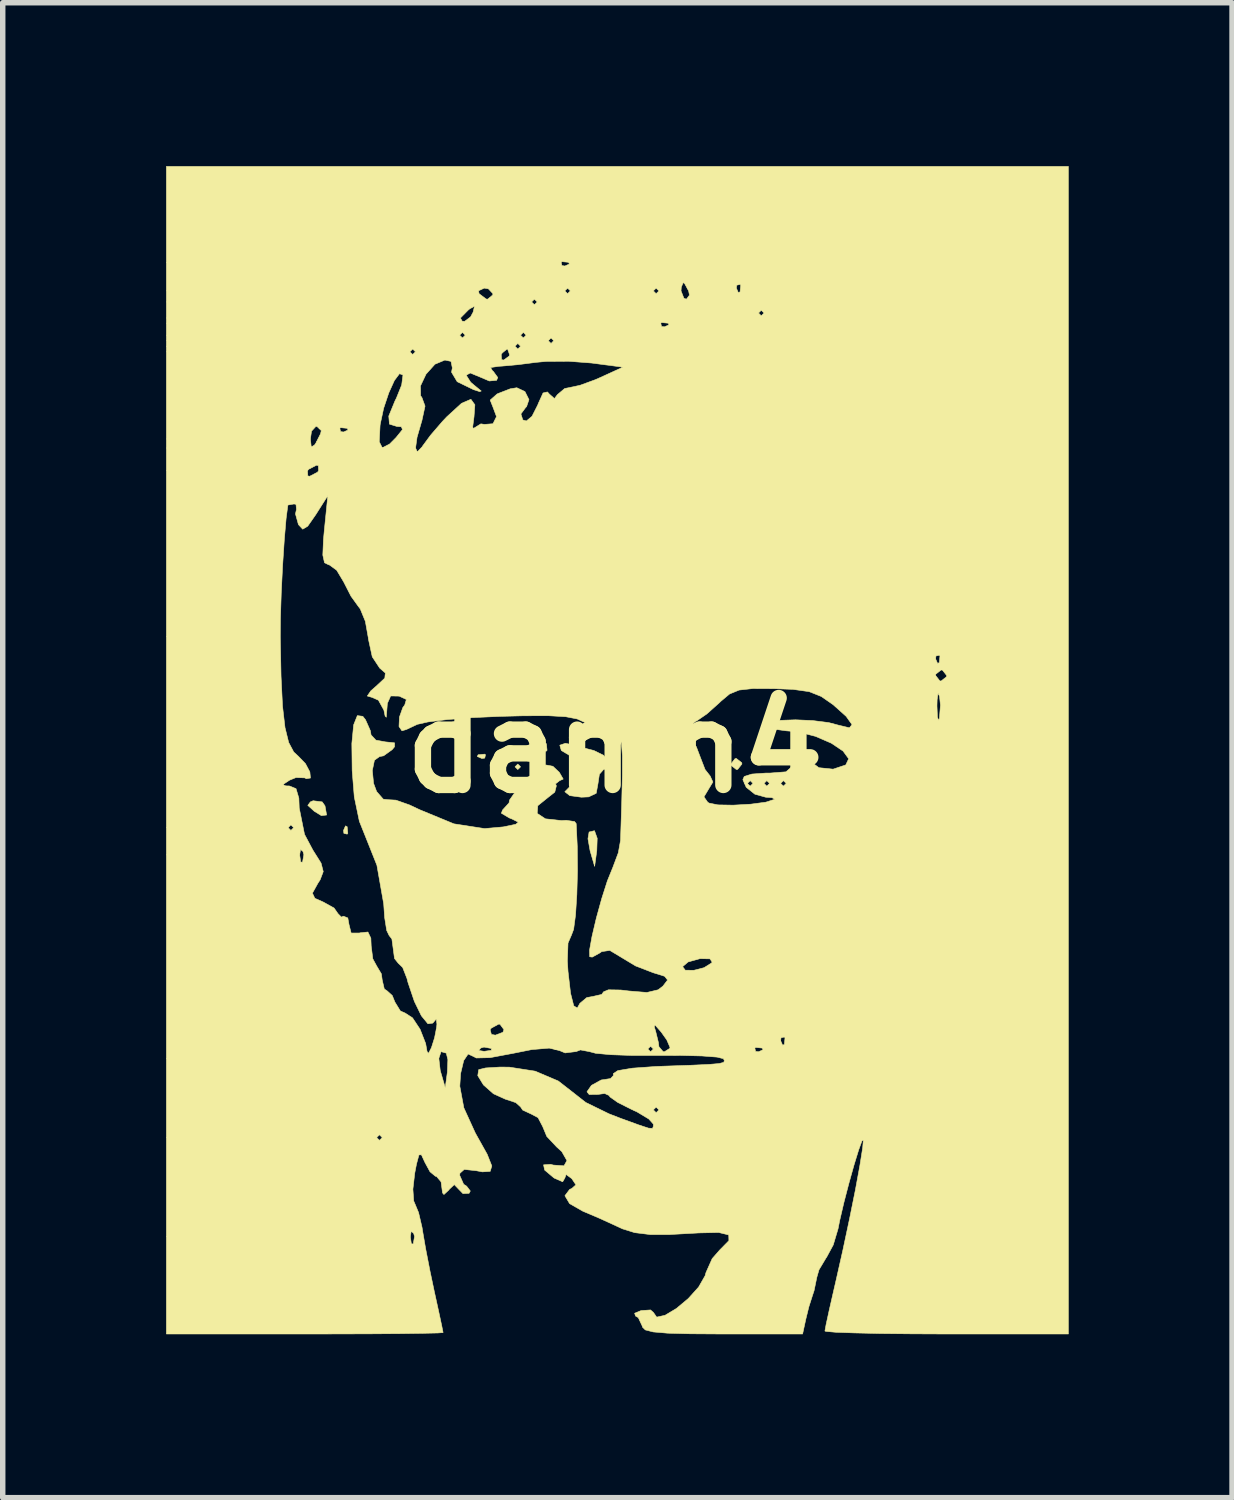
<source format=kicad_pcb>
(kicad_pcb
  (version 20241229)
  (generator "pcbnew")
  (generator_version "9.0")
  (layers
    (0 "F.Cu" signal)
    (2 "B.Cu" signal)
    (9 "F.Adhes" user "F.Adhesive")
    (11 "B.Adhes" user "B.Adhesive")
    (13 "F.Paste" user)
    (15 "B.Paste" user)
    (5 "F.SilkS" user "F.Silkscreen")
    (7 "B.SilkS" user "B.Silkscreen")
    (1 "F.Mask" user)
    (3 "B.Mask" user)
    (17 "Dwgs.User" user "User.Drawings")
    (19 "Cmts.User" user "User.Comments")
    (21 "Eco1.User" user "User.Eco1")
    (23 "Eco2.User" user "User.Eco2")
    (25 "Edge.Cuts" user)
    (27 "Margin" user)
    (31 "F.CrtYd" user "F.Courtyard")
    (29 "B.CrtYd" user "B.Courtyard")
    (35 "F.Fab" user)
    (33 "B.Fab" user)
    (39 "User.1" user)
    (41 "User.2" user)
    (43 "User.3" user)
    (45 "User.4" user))
  (footprint "damn4"
    (layer "F.Cu")
    (at 8.235 10.673)
    (property "Reference" "damn4" (at 0 0 0) (layer "F.SilkS") (effects (font (size 1.524 1.524) (thickness 0.3))))
    (attr through_hole)
    (fp_poly (pts (xy -1.727 0.356) (xy -1.778 0.406) (xy -1.829 0.356) (xy -1.778 0.305) (xy -1.727 0.356)) (stroke (width 0.01) (type solid)) (fill yes) (layer "F.SilkS"))
    (fp_poly (pts (xy 2.845 0.051) (xy 2.794 0.102) (xy 2.743 0.051) (xy 2.794 0) (xy 2.845 0.051)) (stroke (width 0.01) (type solid)) (fill yes) (layer "F.SilkS"))
    (fp_poly (pts (xy -4.911 1.456) (xy -4.899 1.577) (xy -4.911 1.592) (xy -4.971 1.578) (xy -4.978 1.524) (xy -4.941 1.44) (xy -4.911 1.456)) (stroke (width 0.01) (type solid)) (fill yes) (layer "F.SilkS"))
    (fp_poly (pts (xy -2.371 0.135) (xy -2.385 0.196) (xy -2.438 0.203) (xy -2.522 0.166) (xy -2.506 0.135) (xy -2.386 0.123) (xy -2.371 0.135)) (stroke (width 0.01) (type solid)) (fill yes) (layer "F.SilkS"))
    (fp_poly (pts (xy -1.253 -0.068) (xy -1.241 0.053) (xy -1.253 0.068) (xy -1.313 0.054) (xy -1.321 0) (xy -1.284 -0.084) (xy -1.253 -0.068)) (stroke (width 0.01) (type solid)) (fill yes) (layer "F.SilkS"))
    (fp_poly (pts (xy -0.32 1.668) (xy -0.328 1.896) (xy -0.367 2.184) (xy -0.45 1.9) (xy -0.49 1.677) (xy -0.469 1.553) (xy -0.37 1.529) (xy -0.32 1.668)) (stroke (width 0.01) (type solid)) (fill yes) (layer "F.SilkS"))
    (fp_poly (pts (xy -5.369 1) (xy -5.318 1.073) (xy -5.288 1.241) (xy -5.385 1.252) (xy -5.515 1.172) (xy -5.634 1.064) (xy -5.586 1) (xy -5.536 0.979) (xy -5.369 1)) (stroke (width 0.01) (type solid)) (fill yes) (layer "F.SilkS"))
    (fp_poly (pts (xy 2.334 0.281) (xy 2.337 0.305) (xy 2.259 0.403) (xy 2.235 0.406) (xy 2.137 0.329) (xy 2.134 0.305) (xy 2.211 0.206) (xy 2.235 0.203) (xy 2.334 0.281)) (stroke (width 0.01) (type solid)) (fill yes) (layer "F.SilkS"))
    (fp_poly (pts (xy -0.838 -0.062) (xy -0.604 0.001) (xy -0.381 0.057) (xy -0.202 0.145) (xy -0.102 0.272) (xy -0.11 0.377) (xy -0.203 0.406) (xy -0.28 0.493) (xy -0.305 0.66) (xy -0.338 0.842) (xy -0.477 0.908) (xy -0.61 0.914) (xy -0.824 0.885) (xy -0.914 0.814) (xy -0.914 0.813) (xy -0.83 0.728) (xy -0.725 0.711) (xy -0.598 0.64) (xy -0.576 0.477) (xy -0.645 0.292) (xy -0.795 0.16) (xy -0.824 0.149) (xy -0.979 0.056) (xy -1.007 -0.041) (xy -0.904 -0.076) (xy -0.838 -0.062)) (stroke (width 0.01) (type solid)) (fill yes) (layer "F.SilkS"))
    (fp_poly (pts (xy 8.331 10.77) (xy 6.096 10.77) (xy 5.447 10.767) (xy 4.872 10.761) (xy 4.399 10.75) (xy 4.06 10.738) (xy 3.881 10.722) (xy 3.861 10.715) (xy 3.882 10.598) (xy 3.94 10.332) (xy 4.023 9.968) (xy 4.056 9.826) (xy 4.189 9.237) (xy 4.313 8.655) (xy 4.421 8.121) (xy 4.503 7.674) (xy 4.554 7.353) (xy 4.566 7.211) (xy 4.541 7.225) (xy 4.48 7.391) (xy 4.396 7.664) (xy 4.302 8) (xy 4.21 8.353) (xy 4.134 8.678) (xy 4.102 8.839) (xy 4.014 9.134) (xy 3.891 9.362) (xy 3.884 9.37) (xy 3.752 9.591) (xy 3.713 9.726) (xy 3.662 9.974) (xy 3.634 10.058) (xy 3.566 10.271) (xy 3.512 10.49) (xy 3.451 10.77) (xy 1.979 10.77) (xy 1.389 10.766) (xy 0.975 10.755) (xy 0.708 10.732) (xy 0.563 10.695) (xy 0.51 10.642) (xy 0.508 10.626) (xy 0.434 10.469) (xy 0.384 10.44) (xy 0.367 10.389) (xy 0.485 10.34) (xy 0.659 10.328) (xy 0.711 10.373) (xy 0.772 10.46) (xy 0.926 10.426) (xy 1.133 10.302) (xy 1.352 10.119) (xy 1.542 9.908) (xy 1.661 9.7) (xy 1.677 9.642) (xy 1.791 9.386) (xy 1.928 9.229) (xy 2.098 9.056) (xy 2.095 8.951) (xy 1.91 8.906) (xy 1.549 8.914) (xy 1.022 8.943) (xy 0.645 8.943) (xy 0.369 8.909) (xy 0.144 8.839) (xy 0.051 8.796) (xy -0.274 8.647) (xy -0.584 8.515) (xy -0.827 8.376) (xy -0.913 8.231) (xy -0.826 8.115) (xy -0.787 8.098) (xy -0.711 8.031) (xy -0.787 7.917) (xy -0.891 7.841) (xy -0.914 7.905) (xy -0.954 7.975) (xy -1.1 7.912) (xy -1.118 7.901) (xy -1.285 7.76) (xy -1.305 7.664) (xy -1.174 7.655) (xy -1.126 7.668) (xy -0.93 7.682) (xy -0.876 7.586) (xy -0.97 7.421) (xy -1.066 7.334) (xy -1.246 7.142) (xy -1.321 6.961) (xy -1.321 6.961) (xy -1.406 6.798) (xy -1.524 6.735) (xy -1.689 6.658) (xy -1.727 6.6) (xy -1.814 6.522) (xy -2.01 6.457) (xy -2.225 6.359) (xy -2.409 6.196) (xy -2.513 6.026) (xy -2.496 5.916) (xy -2.369 5.885) (xy -2.109 5.869) (xy -1.935 5.87) (xy -1.459 5.944) (xy -1.034 6.125) (xy -0.813 6.297) (xy -0.53 6.519) (xy -0.104 6.727) (xy 0.118 6.813) (xy 0.443 6.931) (xy 0.621 6.99) (xy 0.696 6.995) (xy 0.711 6.955) (xy 0.711 6.916) (xy 0.627 6.822) (xy 0.414 6.694) (xy 0.331 6.655) (xy 0.711 6.655) (xy 0.762 6.706) (xy 0.813 6.655) (xy 0.762 6.604) (xy 0.711 6.655) (xy 0.331 6.655) (xy 0.305 6.643) (xy 0.058 6.519) (xy -0.086 6.417) (xy -0.102 6.391) (xy -0.183 6.354) (xy -0.305 6.371) (xy -0.467 6.373) (xy -0.508 6.322) (xy -0.426 6.205) (xy -0.247 6.106) (xy -0.076 6.08) (xy -0.021 6.023) (xy -0.025 5.99) (xy 0.058 5.934) (xy 0.326 5.889) (xy 0.757 5.858) (xy 0.914 5.852) (xy 1.409 5.835) (xy 1.733 5.82) (xy 1.92 5.804) (xy 2.003 5.782) (xy 2.015 5.75) (xy 1.997 5.715) (xy 1.882 5.686) (xy 1.607 5.665) (xy 1.214 5.655) (xy 0.798 5.656) (xy 0.328 5.656) (xy -0.069 5.642) (xy -0.348 5.616) (xy -0.46 5.586) (xy -0.628 5.554) (xy -0.706 5.584) (xy -0.909 5.609) (xy -1.013 5.566) (xy -1.132 5.537) (xy 0.61 5.537) (xy 0.66 5.588) (xy 0.711 5.537) (xy 0.66 5.486) (xy 0.61 5.537) (xy -1.132 5.537) (xy -1.201 5.521) (xy -1.522 5.548) (xy -1.861 5.616) (xy -2.288 5.696) (xy -2.539 5.702) (xy -2.604 5.669) (xy -2.69 5.629) (xy -2.771 5.749) (xy -2.828 5.987) (xy -2.843 6.219) (xy -2.769 6.617) (xy -2.558 7.08) (xy -2.54 7.112) (xy -2.34 7.47) (xy -2.255 7.685) (xy -2.285 7.784) (xy -2.429 7.793) (xy -2.54 7.772) (xy -2.761 7.748) (xy -2.841 7.819) (xy -2.845 7.857) (xy -2.772 8.021) (xy -2.718 8.055) (xy -2.65 8.144) (xy -2.673 8.187) (xy -2.785 8.192) (xy -2.85 8.125) (xy -2.944 8.027) (xy -3.035 8.112) (xy -3.046 8.128) (xy -3.134 8.209) (xy -3.16 8.179) (xy -3.186 7.98) (xy -3.187 7.976) (xy -3.27 7.877) (xy -3.29 7.874) (xy -3.39 7.791) (xy -3.483 7.62) (xy -3.548 7.479) (xy -3.593 7.482) (xy -3.638 7.65) (xy -3.67 7.816) (xy -3.704 8.111) (xy -3.689 8.328) (xy -3.669 8.374) (xy -3.6 8.54) (xy -3.536 8.813) (xy -3.524 8.89) (xy -3.47 9.204) (xy -3.389 9.62) (xy -3.307 10.008) (xy -3.23 10.359) (xy -3.174 10.621) (xy -3.15 10.742) (xy -3.15 10.744) (xy -3.247 10.751) (xy -3.52 10.757) (xy -3.942 10.763) (xy -4.485 10.767) (xy -5.123 10.769) (xy -5.69 10.77) (xy -8.23 10.77) (xy -8.23 8.983) (xy -3.751 8.983) (xy -3.732 9.115) (xy -3.698 9.116) (xy -3.674 8.981) (xy -3.69 8.922) (xy -3.735 8.883) (xy -3.751 8.983) (xy -8.23 8.983) (xy -8.23 7.163) (xy -4.369 7.163) (xy -4.318 7.214) (xy -4.267 7.163) (xy -4.318 7.112) (xy -4.369 7.163) (xy -8.23 7.163) (xy -8.23 5.709) (xy -3.228 5.709) (xy -3.202 5.932) (xy -3.193 5.964) (xy -3.11 6.248) (xy -3.071 5.96) (xy -3.062 5.732) (xy -3.091 5.613) (xy -3.187 5.586) (xy -3.228 5.709) (xy -8.23 5.709) (xy -8.23 1.973) (xy -5.783 1.973) (xy -5.764 2.105) (xy -5.73 2.106) (xy -5.706 1.97) (xy -5.722 1.911) (xy -5.767 1.873) (xy -5.783 1.973) (xy -8.23 1.973) (xy -8.23 1.473) (xy -5.994 1.473) (xy -5.944 1.524) (xy -5.893 1.473) (xy -5.944 1.422) (xy -5.994 1.473) (xy -8.23 1.473) (xy -8.23 -2.032) (xy -6.139 -2.032) (xy -6.125 -1.308) (xy -6.098 -0.76) (xy -6.052 -0.363) (xy -5.985 -0.091) (xy -5.892 0.084) (xy -5.809 0.161) (xy -5.677 0.297) (xy -5.596 0.45) (xy -5.585 0.562) (xy -5.662 0.574) (xy -5.689 0.559) (xy -5.85 0.553) (xy -5.968 0.601) (xy -6.092 0.683) (xy -6.038 0.706) (xy -5.969 0.708) (xy -5.85 0.757) (xy -5.798 0.931) (xy -5.791 1.113) (xy -5.694 1.596) (xy -5.541 1.884) (xy -5.39 2.124) (xy -5.35 2.28) (xy -5.407 2.43) (xy -5.45 2.497) (xy -5.549 2.676) (xy -5.504 2.77) (xy -5.345 2.841) (xy -5.151 2.949) (xy -5.08 3.051) (xy -5.018 3.115) (xy -4.978 3.099) (xy -4.899 3.131) (xy -4.877 3.252) (xy -4.838 3.408) (xy -4.688 3.408) (xy -4.674 3.404) (xy -4.53 3.389) (xy -4.476 3.502) (xy -4.47 3.645) (xy -4.44 3.882) (xy -4.369 4.013) (xy -4.283 4.157) (xy -4.267 4.273) (xy -4.229 4.435) (xy -4.177 4.47) (xy -4.083 4.555) (xy -4.035 4.674) (xy -3.934 4.839) (xy -3.845 4.878) (xy -3.711 4.965) (xy -3.572 5.175) (xy -3.47 5.436) (xy -3.444 5.583) (xy -3.416 5.616) (xy -3.39 5.564) (xy -2.496 5.564) (xy -2.396 5.58) (xy -2.264 5.561) (xy -2.263 5.527) (xy -2.399 5.502) (xy -2.457 5.519) (xy -2.496 5.564) (xy -3.39 5.564) (xy -3.363 5.511) (xy -3.306 5.33) (xy -3.277 5.182) (xy -2.286 5.182) (xy -2.263 5.269) (xy -2.19 5.283) (xy -2.051 5.23) (xy -2.032 5.182) (xy -2.073 5.126) (xy 0.727 5.126) (xy 0.754 5.215) (xy 0.804 5.419) (xy 0.813 5.495) (xy 0.89 5.585) (xy 0.914 5.588) (xy 1.013 5.525) (xy 1.014 5.52) (xy 2.574 5.52) (xy 2.588 5.581) (xy 2.642 5.588) (xy 2.725 5.551) (xy 2.709 5.52) (xy 2.589 5.508) (xy 2.574 5.52) (xy 1.014 5.52) (xy 1.016 5.506) (xy 0.964 5.385) (xy 3.048 5.385) (xy 3.085 5.468) (xy 3.116 5.453) (xy 3.128 5.332) (xy 3.116 5.317) (xy 3.055 5.331) (xy 3.048 5.385) (xy 0.964 5.385) (xy 0.958 5.371) (xy 0.855 5.226) (xy 0.742 5.097) (xy 0.727 5.126) (xy -2.073 5.126) (xy -2.105 5.083) (xy -2.128 5.08) (xy -2.265 5.154) (xy -2.286 5.182) (xy -3.277 5.182) (xy -3.268 5.133) (xy -3.263 5.08) (xy -3.275 4.986) (xy -3.339 5.062) (xy -3.428 5.074) (xy -3.548 4.928) (xy -3.677 4.663) (xy -3.794 4.316) (xy -3.813 4.242) (xy -3.892 4.04) (xy -3.973 3.962) (xy -4.042 3.875) (xy -4.064 3.708) (xy -4.09 3.517) (xy -4.14 3.454) (xy -4.185 3.361) (xy -4.223 3.122) (xy -4.24 2.873) (xy -4.365 2.163) (xy -4.524 1.764) (xy -4.687 1.356) (xy -4.78 0.909) (xy -4.819 0.428) (xy -4.825 -0.072) (xy -4.792 -0.414) (xy -4.724 -0.584) (xy -4.624 -0.571) (xy -4.574 -0.508) (xy -4.485 -0.307) (xy -4.472 -0.229) (xy -4.384 -0.134) (xy -4.212 -0.102) (xy -4.04 -0.084) (xy -4.041 -0.012) (xy -4.085 0.041) (xy -4.242 0.154) (xy -4.316 0.168) (xy -4.41 0.235) (xy -4.449 0.424) (xy -4.426 0.66) (xy -4.37 0.81) (xy -4.248 0.95) (xy -4.156 0.96) (xy -4.016 0.968) (xy -3.766 1.056) (xy -3.577 1.145) (xy -2.951 1.403) (xy -2.388 1.49) (xy -2.043 1.459) (xy -1.815 1.411) (xy -1.769 1.372) (xy -1.887 1.313) (xy -1.935 1.294) (xy -2.08 1.208) (xy -2.057 1.148) (xy -1.939 1.019) (xy -1.93 0.967) (xy -1.844 0.844) (xy -1.636 0.73) (xy -1.626 0.726) (xy -1.414 0.608) (xy -1.321 0.468) (xy -1.321 0.462) (xy -1.268 0.321) (xy -1.134 0.346) (xy -1.016 0.457) (xy -0.944 0.581) (xy -1.01 0.61) (xy -1.084 0.668) (xy -1.07 0.706) (xy -1.099 0.821) (xy -1.216 0.913) (xy -1.411 1.07) (xy -1.422 1.211) (xy -1.27 1.311) (xy -0.975 1.343) (xy -0.889 1.338) (xy -0.736 1.361) (xy -0.706 1.398) (xy -0.686 1.815) (xy -0.682 2.266) (xy -0.694 2.702) (xy -0.718 3.077) (xy -0.753 3.34) (xy -0.791 3.441) (xy -0.856 3.592) (xy -0.868 3.92) (xy -0.856 4.113) (xy -0.809 4.516) (xy -0.751 4.744) (xy -0.686 4.785) (xy -0.638 4.699) (xy -0.512 4.593) (xy -0.398 4.572) (xy -0.237 4.535) (xy -0.203 4.487) (xy -0.114 4.45) (xy 0.113 4.454) (xy 0.262 4.472) (xy 0.593 4.499) (xy 0.799 4.45) (xy 0.886 4.383) (xy 0.972 4.271) (xy 0.918 4.202) (xy 0.706 4.136) (xy 0.419 4.025) (xy 1.248 4.025) (xy 1.297 4.09) (xy 1.455 4.092) (xy 1.642 4.044) (xy 1.779 3.958) (xy 1.79 3.942) (xy 1.751 3.882) (xy 1.568 3.878) (xy 1.349 3.939) (xy 1.248 4.025) (xy 0.419 4.025) (xy 0.386 4.013) (xy 0.119 3.852) (xy -0.089 3.727) (xy -0.238 3.749) (xy -0.271 3.773) (xy -0.411 3.85) (xy -0.458 3.843) (xy -0.461 3.724) (xy -0.415 3.468) (xy -0.336 3.133) (xy -0.237 2.775) (xy -0.134 2.452) (xy -0.04 2.22) (xy -0.038 2.216) (xy 0.068 1.933) (xy 0.108 1.708) (xy 0.13 1.022) (xy 0.142 0.513) (xy 0.142 0.154) (xy 0.126 -0.08) (xy 0.093 -0.213) (xy 1.32 -0.213) (xy 1.373 -0.11) (xy 1.411 -0.102) (xy 1.499 -0.015) (xy 1.572 0.177) (xy 1.66 0.405) (xy 1.754 0.525) (xy 1.804 0.635) (xy 1.727 0.762) (xy 1.64 0.908) (xy 1.708 1.005) (xy 1.734 1.022) (xy 1.897 1.055) (xy 2.178 1.06) (xy 2.498 1.042) (xy 2.777 1.005) (xy 2.936 0.953) (xy 2.938 0.951) (xy 2.889 0.922) (xy 2.773 0.914) (xy 2.575 0.859) (xy 2.416 0.732) (xy 2.384 0.66) (xy 2.438 0.66) (xy 2.489 0.711) (xy 2.54 0.66) (xy 2.743 0.66) (xy 2.794 0.711) (xy 2.845 0.66) (xy 3.048 0.66) (xy 3.099 0.711) (xy 3.15 0.66) (xy 3.099 0.61) (xy 3.048 0.66) (xy 2.845 0.66) (xy 2.794 0.61) (xy 2.743 0.66) (xy 2.54 0.66) (xy 2.489 0.61) (xy 2.438 0.66) (xy 2.384 0.66) (xy 2.354 0.592) (xy 2.38 0.533) (xy 2.519 0.489) (xy 2.776 0.471) (xy 2.851 0.471) (xy 3.146 0.448) (xy 3.251 0.356) (xy 3.251 0.349) (xy 3.317 0.18) (xy 3.456 0.142) (xy 3.574 0.24) (xy 3.75 0.372) (xy 4.011 0.399) (xy 4.244 0.321) (xy 4.297 0.208) (xy 4.194 0.067) (xy 3.978 -0.078) (xy 3.689 -0.203) (xy 3.369 -0.286) (xy 3.149 -0.305) (xy 2.917 -0.337) (xy 2.794 -0.406) (xy 2.843 -0.464) (xy 3.037 -0.497) (xy 3.321 -0.507) (xy 3.637 -0.493) (xy 3.93 -0.456) (xy 4.108 -0.409) (xy 4.312 -0.36) (xy 4.358 -0.419) (xy 4.251 -0.57) (xy 4.037 -0.762) (xy 5.918 -0.762) (xy 5.927 -0.553) (xy 5.95 -0.499) (xy 5.963 -0.532) (xy 5.982 -0.776) (xy 5.965 -0.939) (xy 5.938 -0.995) (xy 5.921 -0.873) (xy 5.918 -0.762) (xy 4.037 -0.762) (xy 4.015 -0.782) (xy 3.795 -0.935) (xy 3.572 -1.024) (xy 3.275 -1.066) (xy 2.929 -1.079) (xy 2.537 -1.081) (xy 2.285 -1.053) (xy 2.11 -0.981) (xy 1.95 -0.847) (xy 1.916 -0.814) (xy 1.693 -0.615) (xy 1.504 -0.485) (xy 1.478 -0.473) (xy 1.361 -0.364) (xy 1.32 -0.213) (xy 0.093 -0.213) (xy 0.092 -0.217) (xy 0.036 -0.283) (xy -0.043 -0.303) (xy -0.116 -0.305) (xy -0.349 -0.359) (xy -0.546 -0.458) (xy -0.688 -0.523) (xy -0.899 -0.564) (xy -1.215 -0.582) (xy -1.672 -0.581) (xy -2.104 -0.57) (xy -2.62 -0.547) (xy -3.076 -0.511) (xy -3.427 -0.468) (xy -3.626 -0.423) (xy -3.637 -0.417) (xy -3.824 -0.329) (xy -3.905 -0.305) (xy -3.959 -0.384) (xy -3.951 -0.558) (xy -3.889 -0.732) (xy -3.854 -0.779) (xy -3.824 -0.88) (xy -3.956 -0.942) (xy -4.112 -0.945) (xy -4.173 -0.809) (xy -4.179 -0.727) (xy -4.193 -0.554) (xy -4.214 -0.576) (xy -4.237 -0.686) (xy -4.337 -0.867) (xy -4.452 -0.918) (xy -4.541 -0.944) (xy -4.478 -1.037) (xy -4.379 -1.124) (xy -4.22 -1.272) (xy -4.215 -1.321) (xy 5.893 -1.321) (xy 5.97 -1.222) (xy 5.994 -1.219) (xy 6.093 -1.297) (xy 6.096 -1.321) (xy 6.019 -1.419) (xy 5.994 -1.422) (xy 5.896 -1.345) (xy 5.893 -1.321) (xy -4.215 -1.321) (xy -4.21 -1.366) (xy -4.314 -1.457) (xy -4.425 -1.626) (xy 5.893 -1.626) (xy 5.93 -1.542) (xy 5.961 -1.558) (xy 5.973 -1.678) (xy 5.961 -1.693) (xy 5.9 -1.679) (xy 5.893 -1.626) (xy -4.425 -1.626) (xy -4.45 -1.663) (xy -4.523 -1.999) (xy -4.523 -2.012) (xy -4.577 -2.315) (xy -4.671 -2.544) (xy -4.7 -2.581) (xy -4.841 -2.777) (xy -4.975 -3.039) (xy -5.103 -3.253) (xy -5.239 -3.352) (xy -5.25 -3.353) (xy -5.327 -3.391) (xy -5.358 -3.532) (xy -5.346 -3.816) (xy -5.33 -3.988) (xy -5.266 -4.623) (xy -5.488 -4.273) (xy -5.635 -4.062) (xy -5.727 -4.007) (xy -5.802 -4.087) (xy -5.807 -4.096) (xy -5.86 -4.287) (xy -5.842 -4.37) (xy -5.85 -4.463) (xy -5.887 -4.47) (xy -5.995 -4.451) (xy -6 -4.445) (xy -6.032 -4.202) (xy -6.065 -3.814) (xy -6.096 -3.341) (xy -6.121 -2.84) (xy -6.136 -2.371) (xy -6.139 -2.032) (xy -8.23 -2.032) (xy -8.23 -5.08) (xy -5.639 -5.08) (xy -5.634 -4.986) (xy -5.6 -4.978) (xy -5.456 -5.053) (xy -5.436 -5.08) (xy -5.44 -5.174) (xy -5.474 -5.182) (xy -5.618 -5.107) (xy -5.639 -5.08) (xy -8.23 -5.08) (xy -8.23 -5.497) (xy -3.655 -5.497) (xy -3.623 -5.427) (xy -3.536 -5.517) (xy -3.525 -5.535) (xy -3.379 -5.733) (xy -3.161 -5.986) (xy -3.084 -6.068) (xy -2.811 -6.318) (xy -2.639 -6.392) (xy -2.566 -6.291) (xy -2.582 -6.071) (xy -2.606 -5.884) (xy -2.591 -5.847) (xy -2.583 -5.862) (xy -2.456 -5.941) (xy -2.391 -5.931) (xy -2.234 -5.943) (xy -2.169 -6.074) (xy -2.233 -6.246) (xy -2.285 -6.377) (xy -2.16 -6.488) (xy -2.147 -6.495) (xy -1.918 -6.584) (xy -1.796 -6.604) (xy -1.647 -6.534) (xy -1.573 -6.386) (xy -1.618 -6.254) (xy -1.63 -6.246) (xy -1.721 -6.123) (xy -1.686 -6.013) (xy -1.62 -5.994) (xy -1.517 -6.08) (xy -1.411 -6.289) (xy -1.404 -6.309) (xy -1.314 -6.508) (xy -1.234 -6.527) (xy -1.198 -6.487) (xy -1.105 -6.405) (xy -1.051 -6.477) (xy -0.917 -6.59) (xy -0.83 -6.607) (xy -0.635 -6.649) (xy -0.354 -6.752) (xy -0.254 -6.796) (xy 0.152 -6.982) (xy -0.427 -7.058) (xy -0.844 -7.09) (xy -1.26 -7.087) (xy -1.443 -7.07) (xy -1.779 -7.027) (xy -2.069 -7.001) (xy -2.124 -6.998) (xy -2.278 -6.975) (xy -2.242 -6.914) (xy -2.228 -6.905) (xy -2.146 -6.792) (xy -2.167 -6.74) (xy -2.301 -6.728) (xy -2.453 -6.793) (xy -2.651 -6.875) (xy -2.725 -6.834) (xy -2.643 -6.705) (xy -2.583 -6.654) (xy -2.449 -6.544) (xy -2.478 -6.533) (xy -2.591 -6.569) (xy -2.891 -6.715) (xy -2.995 -6.89) (xy -2.98 -6.967) (xy -3.004 -7.088) (xy -3.117 -7.112) (xy -3.299 -7.036) (xy -3.463 -6.853) (xy -3.565 -6.637) (xy -3.562 -6.456) (xy -3.539 -6.425) (xy -3.481 -6.267) (xy -3.54 -5.995) (xy -3.543 -5.987) (xy -3.628 -5.694) (xy -3.655 -5.497) (xy -8.23 -5.497) (xy -8.23 -5.664) (xy -5.586 -5.664) (xy -5.57 -5.516) (xy -5.511 -5.552) (xy -5.486 -5.588) (xy -5.474 -5.612) (xy -4.322 -5.612) (xy -4.266 -5.501) (xy -4.131 -5.571) (xy -4.013 -5.69) (xy -3.895 -5.836) (xy -3.917 -5.888) (xy -3.997 -5.893) (xy -4.135 -5.936) (xy -4.147 -6.084) (xy -4.033 -6.362) (xy -4.007 -6.413) (xy -3.91 -6.655) (xy -3.887 -6.831) (xy -3.889 -6.839) (xy -3.95 -6.862) (xy -4.044 -6.737) (xy -4.147 -6.509) (xy -4.241 -6.228) (xy -4.303 -5.939) (xy -4.307 -5.909) (xy -4.322 -5.612) (xy -5.474 -5.612) (xy -5.4 -5.758) (xy -5.386 -5.817) (xy -5.43 -5.859) (xy -5.046 -5.859) (xy -5.032 -5.799) (xy -4.978 -5.791) (xy -4.895 -5.828) (xy -4.911 -5.859) (xy -5.031 -5.871) (xy -5.046 -5.859) (xy -5.43 -5.859) (xy -5.463 -5.891) (xy -5.486 -5.893) (xy -5.565 -5.807) (xy -5.586 -5.664) (xy -8.23 -5.664) (xy -8.23 -7.264) (xy -3.759 -7.264) (xy -3.708 -7.214) (xy -2.083 -7.214) (xy -2.075 -7.12) (xy -2.038 -7.112) (xy -1.935 -7.186) (xy -1.93 -7.214) (xy -1.965 -7.313) (xy -1.975 -7.315) (xy -2.062 -7.244) (xy -2.083 -7.214) (xy -3.708 -7.214) (xy -3.658 -7.264) (xy -3.708 -7.315) (xy -3.759 -7.264) (xy -8.23 -7.264) (xy -8.23 -7.366) (xy -1.829 -7.366) (xy -1.778 -7.315) (xy -1.727 -7.366) (xy -1.778 -7.417) (xy -1.829 -7.366) (xy -8.23 -7.366) (xy -8.23 -7.468) (xy -1.219 -7.468) (xy -1.168 -7.417) (xy -1.118 -7.468) (xy -1.168 -7.518) (xy -1.219 -7.468) (xy -8.23 -7.468) (xy -8.23 -7.569) (xy -2.845 -7.569) (xy -2.794 -7.518) (xy -2.743 -7.569) (xy -1.727 -7.569) (xy -1.676 -7.518) (xy -1.626 -7.569) (xy -1.676 -7.62) (xy -1.727 -7.569) (xy -2.743 -7.569) (xy -2.794 -7.62) (xy -2.845 -7.569) (xy -8.23 -7.569) (xy -8.23 -7.789) (xy 0.847 -7.789) (xy 0.861 -7.729) (xy 0.914 -7.722) (xy 0.998 -7.759) (xy 0.982 -7.789) (xy 0.862 -7.801) (xy 0.847 -7.789) (xy -8.23 -7.789) (xy -8.23 -7.885) (xy -2.831 -7.885) (xy -2.799 -7.826) (xy -2.754 -7.823) (xy -2.645 -7.905) (xy -2.607 -7.976) (xy 2.642 -7.976) (xy 2.692 -7.925) (xy 2.743 -7.976) (xy 2.692 -8.026) (xy 2.642 -7.976) (xy -2.607 -7.976) (xy -2.599 -7.99) (xy -2.573 -8.1) (xy -2.66 -8.053) (xy -2.69 -8.028) (xy -2.831 -7.885) (xy -8.23 -7.885) (xy -8.23 -8.179) (xy -1.524 -8.179) (xy -1.473 -8.128) (xy -1.422 -8.179) (xy -1.473 -8.23) (xy -1.524 -8.179) (xy -8.23 -8.179) (xy -8.23 -8.384) (xy -2.499 -8.384) (xy -2.489 -8.331) (xy -2.359 -8.233) (xy -2.331 -8.23) (xy -2.238 -8.307) (xy -2.235 -8.331) (xy -2.282 -8.382) (xy -0.914 -8.382) (xy -0.864 -8.331) (xy -0.813 -8.382) (xy 0.711 -8.382) (xy 0.762 -8.331) (xy 0.813 -8.382) (xy 1.219 -8.382) (xy 1.272 -8.247) (xy 1.318 -8.23) (xy 1.374 -8.304) (xy 1.358 -8.382) (xy 1.33 -8.433) (xy 2.235 -8.433) (xy 2.272 -8.349) (xy 2.303 -8.365) (xy 2.315 -8.486) (xy 2.303 -8.501) (xy 2.243 -8.487) (xy 2.235 -8.433) (xy 1.33 -8.433) (xy 1.285 -8.516) (xy 1.259 -8.534) (xy 1.224 -8.451) (xy 1.219 -8.382) (xy 0.813 -8.382) (xy 0.762 -8.433) (xy 0.711 -8.382) (xy -0.813 -8.382) (xy -0.864 -8.433) (xy -0.914 -8.382) (xy -2.282 -8.382) (xy -2.318 -8.42) (xy -2.394 -8.433) (xy -2.499 -8.384) (xy -8.23 -8.384) (xy -8.23 -8.907) (xy -0.982 -8.907) (xy -0.968 -8.847) (xy -0.914 -8.839) (xy -0.831 -8.876) (xy -0.847 -8.907) (xy -0.967 -8.919) (xy -0.982 -8.907) (xy -8.23 -8.907) (xy -8.23 -10.668) (xy 8.331 -10.668) (xy 8.331 10.77)) (stroke (width 0.01) (type solid)) (fill yes) (layer "F.SilkS")))
  (gr_rect
    (start -3 -3)
    (end 19.571 24.448)
    (stroke (width 0.1) (type default))
    (fill no)
    (layer "Edge.Cuts")))
</source>
